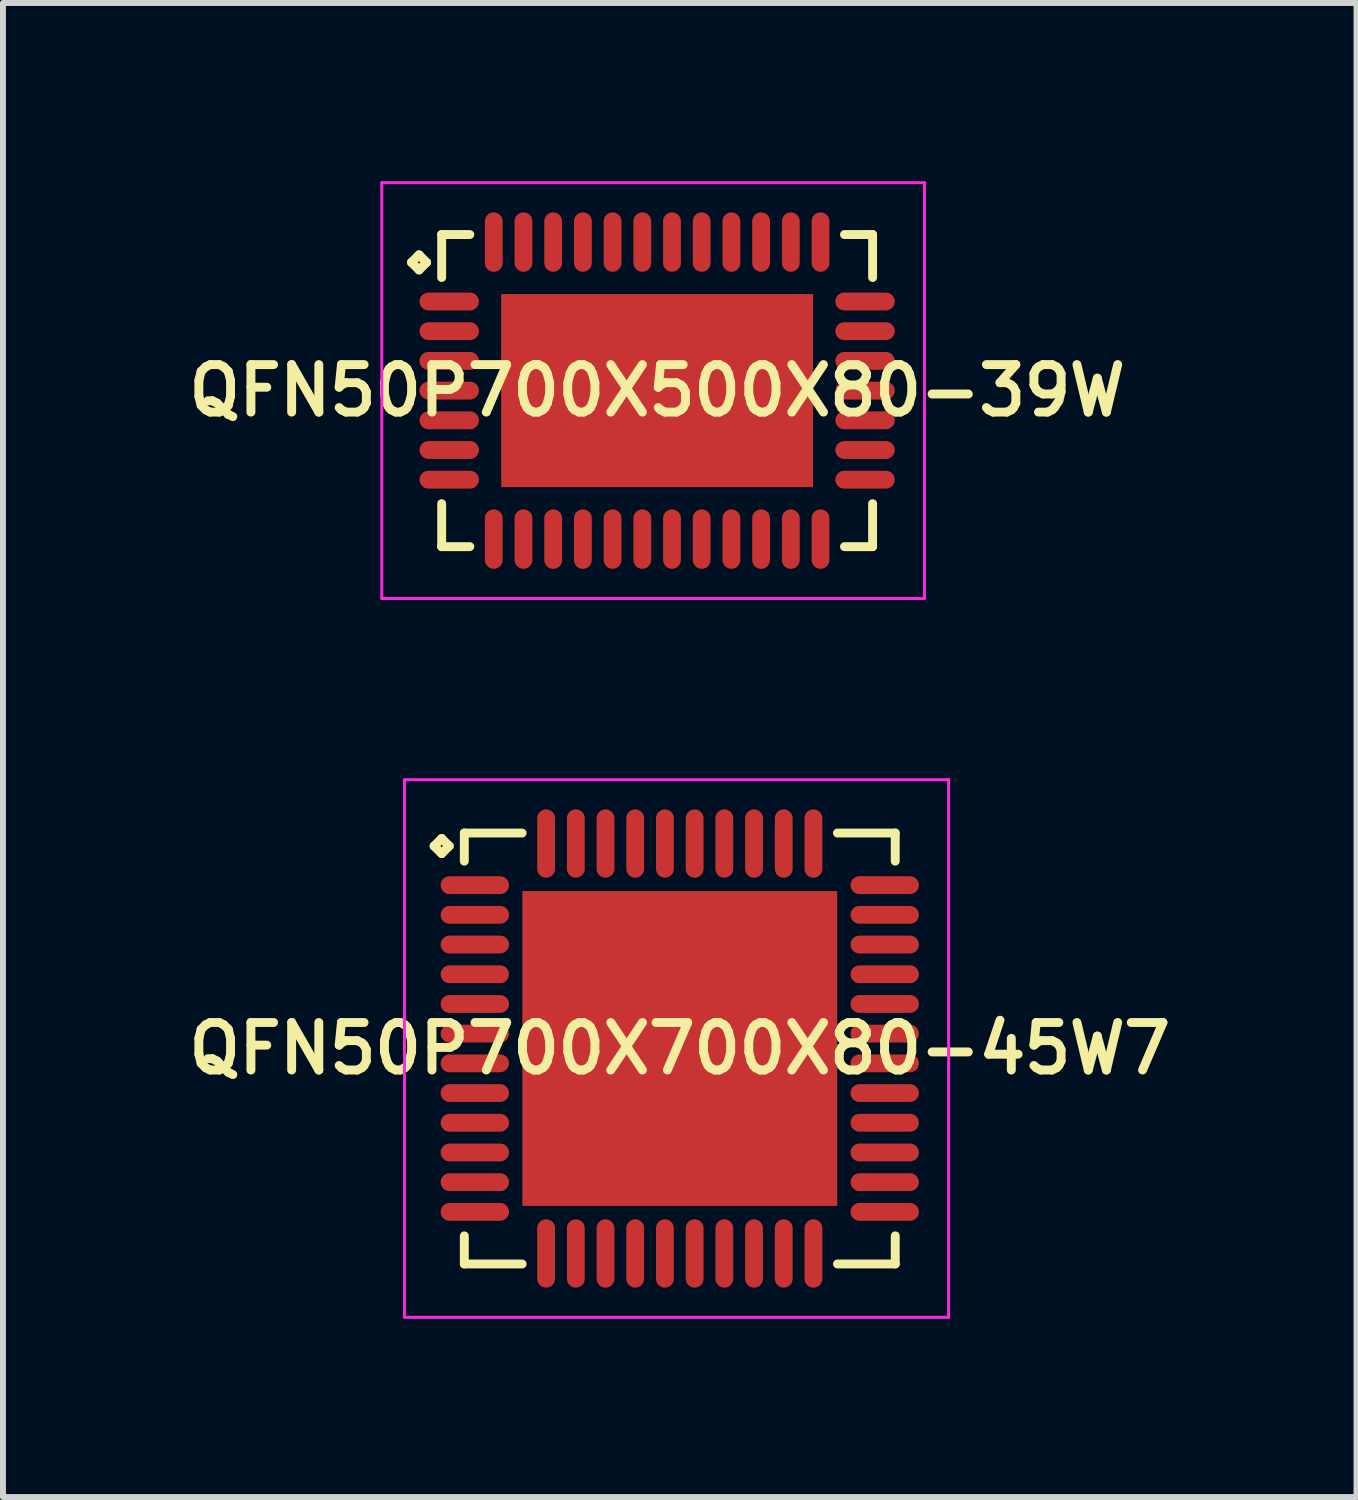
<source format=kicad_pcb>
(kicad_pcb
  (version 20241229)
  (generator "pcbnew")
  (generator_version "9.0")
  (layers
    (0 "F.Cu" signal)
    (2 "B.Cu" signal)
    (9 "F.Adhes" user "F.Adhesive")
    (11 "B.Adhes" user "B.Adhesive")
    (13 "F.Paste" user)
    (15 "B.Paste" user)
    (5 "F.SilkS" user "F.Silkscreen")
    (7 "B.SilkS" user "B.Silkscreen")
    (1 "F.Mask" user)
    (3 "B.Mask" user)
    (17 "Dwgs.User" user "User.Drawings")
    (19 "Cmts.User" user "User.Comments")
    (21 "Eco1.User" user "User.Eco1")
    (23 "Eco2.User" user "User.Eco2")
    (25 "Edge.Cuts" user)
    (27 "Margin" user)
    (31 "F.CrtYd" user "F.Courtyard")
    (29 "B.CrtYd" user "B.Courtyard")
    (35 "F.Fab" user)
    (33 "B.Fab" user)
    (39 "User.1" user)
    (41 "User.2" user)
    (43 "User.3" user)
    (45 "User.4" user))
  (footprint "QFN50P700X500X80-39W"
    (layer "F.Cu")
    (at 8.012 3.525)
    (property "Reference" "QFN50P700X500X80-39W" (at 0 0 0) (layer "F.SilkS") (effects (font (size 0.8 0.8) (thickness 0.15))))
    (attr smd)
    (fp_line (start -4.135 -2.158) (end -4.008 -2.285) (stroke (width 0.15) (type solid)) (layer "F.SilkS"))
    (fp_line (start -4.008 -2.285) (end -3.881 -2.158) (stroke (width 0.15) (type solid)) (layer "F.SilkS"))
    (fp_line (start -4.008 -2.031) (end -4.135 -2.158) (stroke (width 0.15) (type solid)) (layer "F.SilkS"))
    (fp_line (start -3.881 -2.158) (end -4.008 -2.031) (stroke (width 0.15) (type solid)) (layer "F.SilkS"))
    (fp_line (start -3.627 -2.627) (end -3.154 -2.627) (stroke (width 0.15) (type solid)) (layer "F.SilkS"))
    (fp_line (start -3.627 -1.904) (end -3.627 -2.627) (stroke (width 0.15) (type solid)) (layer "F.SilkS"))
    (fp_line (start -3.627 1.904) (end -3.627 2.627) (stroke (width 0.15) (type solid)) (layer "F.SilkS"))
    (fp_line (start -3.627 2.627) (end -3.154 2.627) (stroke (width 0.15) (type solid)) (layer "F.SilkS"))
    (fp_line (start 3.154 -2.627) (end 3.627 -2.627) (stroke (width 0.15) (type solid)) (layer "F.SilkS"))
    (fp_line (start 3.154 2.627) (end 3.627 2.627) (stroke (width 0.15) (type solid)) (layer "F.SilkS"))
    (fp_line (start 3.627 -2.627) (end 3.627 -1.904) (stroke (width 0.15) (type solid)) (layer "F.SilkS"))
    (fp_line (start 3.627 2.627) (end 3.627 1.904) (stroke (width 0.15) (type solid)) (layer "F.SilkS"))
    (fp_line (start -4.635 -3.5) (end 4.5 -3.5) (stroke (width 0.05) (type solid)) (layer "F.CrtYd"))
    (fp_line (start -4.635 3.5) (end -4.635 -3.5) (stroke (width 0.05) (type solid)) (layer "F.CrtYd"))
    (fp_line (start 4.5 -3.5) (end 4.5 3.5) (stroke (width 0.05) (type solid)) (layer "F.CrtYd"))
    (fp_line (start 4.5 3.5) (end -4.635 3.5) (stroke (width 0.05) (type solid)) (layer "F.CrtYd"))
    (pad "1" smd oval (at -3.5 -1.5) (size 1 0.3) (layers "F.Cu" "F.Mask" "F.Paste"))
    (pad "2" smd oval (at -3.5 -1) (size 1 0.3) (layers "F.Cu" "F.Mask" "F.Paste"))
    (pad "3" smd oval (at -3.5 -0.5) (size 1 0.3) (layers "F.Cu" "F.Mask" "F.Paste"))
    (pad "4" smd oval (at -3.5 0) (size 1 0.3) (layers "F.Cu" "F.Mask" "F.Paste"))
    (pad "5" smd oval (at -3.5 0.5) (size 1 0.3) (layers "F.Cu" "F.Mask" "F.Paste"))
    (pad "6" smd oval (at -3.5 1) (size 1 0.3) (layers "F.Cu" "F.Mask" "F.Paste"))
    (pad "7" smd oval (at -3.5 1.5) (size 1 0.3) (layers "F.Cu" "F.Mask" "F.Paste"))
    (pad "8" smd oval (at -2.75 2.5) (size 0.3 1) (layers "F.Cu" "F.Mask" "F.Paste"))
    (pad "9" smd oval (at -2.25 2.5) (size 0.3 1) (layers "F.Cu" "F.Mask" "F.Paste"))
    (pad "10" smd oval (at -1.75 2.5) (size 0.3 1) (layers "F.Cu" "F.Mask" "F.Paste"))
    (pad "11" smd oval (at -1.25 2.5) (size 0.3 1) (layers "F.Cu" "F.Mask" "F.Paste"))
    (pad "12" smd oval (at -0.75 2.5) (size 0.3 1) (layers "F.Cu" "F.Mask" "F.Paste"))
    (pad "13" smd oval (at -0.25 2.5) (size 0.3 1) (layers "F.Cu" "F.Mask" "F.Paste"))
    (pad "14" smd oval (at 0.25 2.5) (size 0.3 1) (layers "F.Cu" "F.Mask" "F.Paste"))
    (pad "15" smd oval (at 0.75 2.5) (size 0.3 1) (layers "F.Cu" "F.Mask" "F.Paste"))
    (pad "16" smd oval (at 1.25 2.5) (size 0.3 1) (layers "F.Cu" "F.Mask" "F.Paste"))
    (pad "17" smd oval (at 1.75 2.5) (size 0.3 1) (layers "F.Cu" "F.Mask" "F.Paste"))
    (pad "18" smd oval (at 2.25 2.5) (size 0.3 1) (layers "F.Cu" "F.Mask" "F.Paste"))
    (pad "19" smd oval (at 2.75 2.5) (size 0.3 1) (layers "F.Cu" "F.Mask" "F.Paste"))
    (pad "20" smd oval (at 3.5 1.5) (size 1 0.3) (layers "F.Cu" "F.Mask" "F.Paste"))
    (pad "21" smd oval (at 3.5 1) (size 1 0.3) (layers "F.Cu" "F.Mask" "F.Paste"))
    (pad "22" smd oval (at 3.5 0.5) (size 1 0.3) (layers "F.Cu" "F.Mask" "F.Paste"))
    (pad "23" smd oval (at 3.5 0) (size 1 0.3) (layers "F.Cu" "F.Mask" "F.Paste"))
    (pad "24" smd oval (at 3.5 -0.5) (size 1 0.3) (layers "F.Cu" "F.Mask" "F.Paste"))
    (pad "25" smd oval (at 3.5 -1) (size 1 0.3) (layers "F.Cu" "F.Mask" "F.Paste"))
    (pad "26" smd oval (at 3.5 -1.5) (size 1 0.3) (layers "F.Cu" "F.Mask" "F.Paste"))
    (pad "27" smd oval (at 2.75 -2.5) (size 0.3 1) (layers "F.Cu" "F.Mask" "F.Paste"))
    (pad "28" smd oval (at 2.25 -2.5) (size 0.3 1) (layers "F.Cu" "F.Mask" "F.Paste"))
    (pad "29" smd oval (at 1.75 -2.5) (size 0.3 1) (layers "F.Cu" "F.Mask" "F.Paste"))
    (pad "30" smd oval (at 1.25 -2.5) (size 0.3 1) (layers "F.Cu" "F.Mask" "F.Paste"))
    (pad "31" smd oval (at 0.75 -2.5) (size 0.3 1) (layers "F.Cu" "F.Mask" "F.Paste"))
    (pad "32" smd oval (at 0.25 -2.5) (size 0.3 1) (layers "F.Cu" "F.Mask" "F.Paste"))
    (pad "33" smd oval (at -0.25 -2.5) (size 0.3 1) (layers "F.Cu" "F.Mask" "F.Paste"))
    (pad "34" smd oval (at -0.75 -2.5) (size 0.3 1) (layers "F.Cu" "F.Mask" "F.Paste"))
    (pad "35" smd oval (at -1.25 -2.5) (size 0.3 1) (layers "F.Cu" "F.Mask" "F.Paste"))
    (pad "36" smd oval (at -1.75 -2.5) (size 0.3 1) (layers "F.Cu" "F.Mask" "F.Paste"))
    (pad "37" smd oval (at -2.25 -2.5) (size 0.3 1) (layers "F.Cu" "F.Mask" "F.Paste"))
    (pad "38" smd oval (at -2.75 -2.5) (size 0.3 1) (layers "F.Cu" "F.Mask" "F.Paste"))
    (pad "39" smd rect (at 0 0) (size 5.25 3.25) (layers "F.Cu" "F.Mask" "F.Paste")))
  (footprint "QFN50P700X700X80-45W7"
    (layer "F.Cu")
    (at 8.393 14.6)
    (property "Reference" "QFN50P700X700X80-45W7" (at 0 0 0) (layer "F.SilkS") (effects (font (size 0.8 0.8) (thickness 0.15))))
    (attr smd)
    (fp_line (start -4.135 -3.408) (end -4.008 -3.535) (stroke (width 0.15) (type solid)) (layer "F.SilkS"))
    (fp_line (start -4.008 -3.535) (end -3.881 -3.408) (stroke (width 0.15) (type solid)) (layer "F.SilkS"))
    (fp_line (start -4.008 -3.281) (end -4.135 -3.408) (stroke (width 0.15) (type solid)) (layer "F.SilkS"))
    (fp_line (start -3.881 -3.408) (end -4.008 -3.281) (stroke (width 0.15) (type solid)) (layer "F.SilkS"))
    (fp_line (start -3.627 -3.627) (end -2.654 -3.627) (stroke (width 0.15) (type solid)) (layer "F.SilkS"))
    (fp_line (start -3.627 -3.154) (end -3.627 -3.627) (stroke (width 0.15) (type solid)) (layer "F.SilkS"))
    (fp_line (start -3.627 3.154) (end -3.627 3.627) (stroke (width 0.15) (type solid)) (layer "F.SilkS"))
    (fp_line (start -3.627 3.627) (end -2.654 3.627) (stroke (width 0.15) (type solid)) (layer "F.SilkS"))
    (fp_line (start 2.654 -3.627) (end 3.627 -3.627) (stroke (width 0.15) (type solid)) (layer "F.SilkS"))
    (fp_line (start 2.654 3.627) (end 3.627 3.627) (stroke (width 0.15) (type solid)) (layer "F.SilkS"))
    (fp_line (start 3.627 -3.627) (end 3.627 -3.154) (stroke (width 0.15) (type solid)) (layer "F.SilkS"))
    (fp_line (start 3.627 3.627) (end 3.627 3.154) (stroke (width 0.15) (type solid)) (layer "F.SilkS"))
    (fp_line (start -4.635 -4.525) (end 4.525 -4.525) (stroke (width 0.05) (type solid)) (layer "F.CrtYd"))
    (fp_line (start -4.635 4.525) (end -4.635 -4.525) (stroke (width 0.05) (type solid)) (layer "F.CrtYd"))
    (fp_line (start 4.525 -4.525) (end 4.525 4.525) (stroke (width 0.05) (type solid)) (layer "F.CrtYd"))
    (fp_line (start 4.525 4.525) (end -4.635 4.525) (stroke (width 0.05) (type solid)) (layer "F.CrtYd"))
    (pad "1" smd oval (at -3.45 -2.75) (size 1.15 0.3) (layers "F.Cu" "F.Mask" "F.Paste"))
    (pad "2" smd oval (at -3.45 -2.25) (size 1.15 0.3) (layers "F.Cu" "F.Mask" "F.Paste"))
    (pad "3" smd oval (at -3.45 -1.75) (size 1.15 0.3) (layers "F.Cu" "F.Mask" "F.Paste"))
    (pad "4" smd oval (at -3.45 -1.25) (size 1.15 0.3) (layers "F.Cu" "F.Mask" "F.Paste"))
    (pad "5" smd oval (at -3.45 -0.75) (size 1.15 0.3) (layers "F.Cu" "F.Mask" "F.Paste"))
    (pad "6" smd oval (at -3.45 -0.25) (size 1.15 0.3) (layers "F.Cu" "F.Mask" "F.Paste"))
    (pad "7" smd oval (at -3.45 0.25) (size 1.15 0.3) (layers "F.Cu" "F.Mask" "F.Paste"))
    (pad "8" smd oval (at -3.45 0.75) (size 1.15 0.3) (layers "F.Cu" "F.Mask" "F.Paste"))
    (pad "9" smd oval (at -3.45 1.25) (size 1.15 0.3) (layers "F.Cu" "F.Mask" "F.Paste"))
    (pad "10" smd oval (at -3.45 1.75) (size 1.15 0.3) (layers "F.Cu" "F.Mask" "F.Paste"))
    (pad "11" smd oval (at -3.45 2.25) (size 1.15 0.3) (layers "F.Cu" "F.Mask" "F.Paste"))
    (pad "12" smd oval (at -3.45 2.75) (size 1.15 0.3) (layers "F.Cu" "F.Mask" "F.Paste"))
    (pad "13" smd oval (at -2.25 3.45) (size 0.3 1.15) (layers "F.Cu" "F.Mask" "F.Paste"))
    (pad "14" smd oval (at -1.75 3.45) (size 0.3 1.15) (layers "F.Cu" "F.Mask" "F.Paste"))
    (pad "15" smd oval (at -1.25 3.45) (size 0.3 1.15) (layers "F.Cu" "F.Mask" "F.Paste"))
    (pad "16" smd oval (at -0.75 3.45) (size 0.3 1.15) (layers "F.Cu" "F.Mask" "F.Paste"))
    (pad "17" smd oval (at -0.25 3.45) (size 0.3 1.15) (layers "F.Cu" "F.Mask" "F.Paste"))
    (pad "18" smd oval (at 0.25 3.45) (size 0.3 1.15) (layers "F.Cu" "F.Mask" "F.Paste"))
    (pad "19" smd oval (at 0.75 3.45) (size 0.3 1.15) (layers "F.Cu" "F.Mask" "F.Paste"))
    (pad "20" smd oval (at 1.25 3.45) (size 0.3 1.15) (layers "F.Cu" "F.Mask" "F.Paste"))
    (pad "21" smd oval (at 1.75 3.45) (size 0.3 1.15) (layers "F.Cu" "F.Mask" "F.Paste"))
    (pad "22" smd oval (at 2.25 3.45) (size 0.3 1.15) (layers "F.Cu" "F.Mask" "F.Paste"))
    (pad "23" smd oval (at 3.45 2.75) (size 1.15 0.3) (layers "F.Cu" "F.Mask" "F.Paste"))
    (pad "24" smd oval (at 3.45 2.25) (size 1.15 0.3) (layers "F.Cu" "F.Mask" "F.Paste"))
    (pad "25" smd oval (at 3.45 1.75) (size 1.15 0.3) (layers "F.Cu" "F.Mask" "F.Paste"))
    (pad "26" smd oval (at 3.45 1.25) (size 1.15 0.3) (layers "F.Cu" "F.Mask" "F.Paste"))
    (pad "27" smd oval (at 3.45 0.75) (size 1.15 0.3) (layers "F.Cu" "F.Mask" "F.Paste"))
    (pad "28" smd oval (at 3.45 0.25) (size 1.15 0.3) (layers "F.Cu" "F.Mask" "F.Paste"))
    (pad "29" smd oval (at 3.45 -0.25) (size 1.15 0.3) (layers "F.Cu" "F.Mask" "F.Paste"))
    (pad "30" smd oval (at 3.45 -0.75) (size 1.15 0.3) (layers "F.Cu" "F.Mask" "F.Paste"))
    (pad "31" smd oval (at 3.45 -1.25) (size 1.15 0.3) (layers "F.Cu" "F.Mask" "F.Paste"))
    (pad "32" smd oval (at 3.45 -1.75) (size 1.15 0.3) (layers "F.Cu" "F.Mask" "F.Paste"))
    (pad "33" smd oval (at 3.45 -2.25) (size 1.15 0.3) (layers "F.Cu" "F.Mask" "F.Paste"))
    (pad "34" smd oval (at 3.45 -2.75) (size 1.15 0.3) (layers "F.Cu" "F.Mask" "F.Paste"))
    (pad "35" smd oval (at 2.25 -3.45) (size 0.3 1.15) (layers "F.Cu" "F.Mask" "F.Paste"))
    (pad "36" smd oval (at 1.75 -3.45) (size 0.3 1.15) (layers "F.Cu" "F.Mask" "F.Paste"))
    (pad "37" smd oval (at 1.25 -3.45) (size 0.3 1.15) (layers "F.Cu" "F.Mask" "F.Paste"))
    (pad "38" smd oval (at 0.75 -3.45) (size 0.3 1.15) (layers "F.Cu" "F.Mask" "F.Paste"))
    (pad "39" smd oval (at 0.25 -3.45) (size 0.3 1.15) (layers "F.Cu" "F.Mask" "F.Paste"))
    (pad "40" smd oval (at -0.25 -3.45) (size 0.3 1.15) (layers "F.Cu" "F.Mask" "F.Paste"))
    (pad "41" smd oval (at -0.75 -3.45) (size 0.3 1.15) (layers "F.Cu" "F.Mask" "F.Paste"))
    (pad "42" smd oval (at -1.25 -3.45) (size 0.3 1.15) (layers "F.Cu" "F.Mask" "F.Paste"))
    (pad "43" smd oval (at -1.75 -3.45) (size 0.3 1.15) (layers "F.Cu" "F.Mask" "F.Paste"))
    (pad "44" smd oval (at -2.25 -3.45) (size 0.3 1.15) (layers "F.Cu" "F.Mask" "F.Paste"))
    (pad "45" smd rect (at 0 0) (size 5.3 5.3) (layers "F.Cu" "F.Mask" "F.Paste")))
  (gr_rect
    (start -3 -3)
    (end 19.785 22.15)
    (stroke (width 0.1) (type default))
    (fill no)
    (layer "Edge.Cuts")))
</source>
